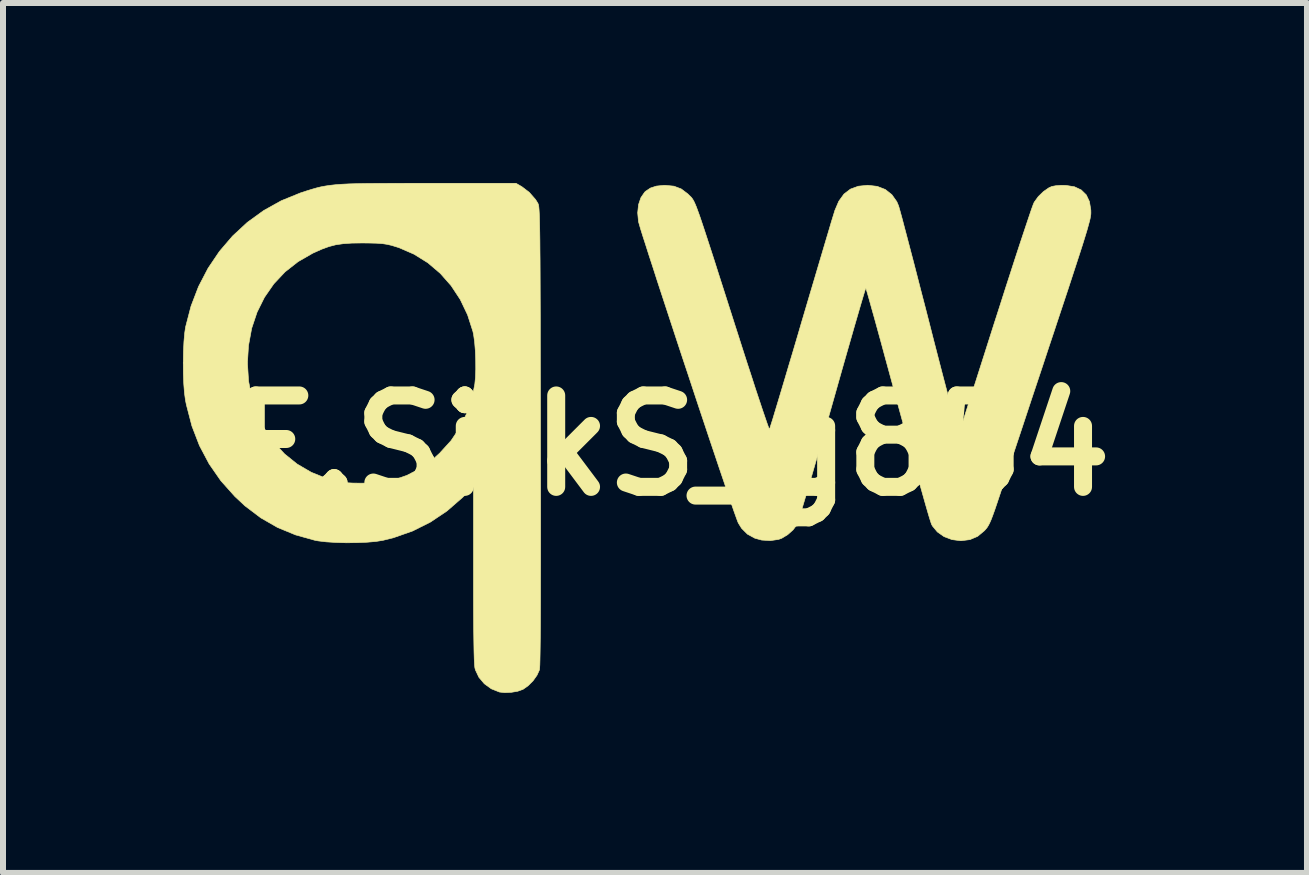
<source format=kicad_pcb>
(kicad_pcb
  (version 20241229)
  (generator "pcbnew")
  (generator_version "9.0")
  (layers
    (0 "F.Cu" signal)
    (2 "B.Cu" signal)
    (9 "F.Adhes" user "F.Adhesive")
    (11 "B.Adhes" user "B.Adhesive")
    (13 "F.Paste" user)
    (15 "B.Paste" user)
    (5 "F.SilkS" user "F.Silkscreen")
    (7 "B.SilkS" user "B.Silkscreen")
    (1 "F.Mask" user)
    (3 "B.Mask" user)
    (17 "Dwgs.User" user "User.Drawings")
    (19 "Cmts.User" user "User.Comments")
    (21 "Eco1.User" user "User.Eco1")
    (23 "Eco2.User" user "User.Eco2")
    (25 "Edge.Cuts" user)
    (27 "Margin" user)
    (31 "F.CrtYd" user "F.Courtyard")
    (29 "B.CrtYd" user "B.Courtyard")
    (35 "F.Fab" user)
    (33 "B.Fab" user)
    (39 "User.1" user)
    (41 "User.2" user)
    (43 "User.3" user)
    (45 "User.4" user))
  (footprint "F.SilkS_g854"
    (layer "F.Cu")
    (at 8.144 4.376)
    (property "Reference" "F.SilkS_g854" (at 0 0 0) (layer "F.SilkS") (effects (font (size 1.524 1.524) (thickness 0.3))))
    (attr through_hole)
    (fp_poly (pts (xy -2.495 -4.314) (xy -2.372 -4.22) (xy -2.267 -4.1) (xy -2.228 -4.037) (xy -2.224 -4.027) (xy -2.219 -4.013) (xy -2.215 -3.994) (xy -2.212 -3.967) (xy -2.209 -3.931) (xy -2.206 -3.883) (xy -2.203 -3.823) (xy -2.201 -3.748) (xy -2.199 -3.656) (xy -2.197 -3.546) (xy -2.195 -3.415) (xy -2.194 -3.262) (xy -2.192 -3.085) (xy -2.191 -2.882) (xy -2.19 -2.652) (xy -2.189 -2.391) (xy -2.188 -2.1) (xy -2.188 -1.775) (xy -2.187 -1.414) (xy -2.186 -1.017) (xy -2.185 -0.581) (xy -2.185 -0.159) (xy -2.184 0.345) (xy -2.183 0.809) (xy -2.183 1.232) (xy -2.183 1.617) (xy -2.183 1.965) (xy -2.184 2.278) (xy -2.184 2.556) (xy -2.185 2.801) (xy -2.186 3.015) (xy -2.188 3.198) (xy -2.19 3.353) (xy -2.192 3.479) (xy -2.194 3.58) (xy -2.196 3.655) (xy -2.199 3.707) (xy -2.202 3.737) (xy -2.203 3.741) (xy -2.243 3.829) (xy -2.309 3.922) (xy -2.391 4.004) (xy -2.476 4.064) (xy -2.479 4.065) (xy -2.565 4.096) (xy -2.673 4.114) (xy -2.782 4.119) (xy -2.87 4.109) (xy -3.005 4.055) (xy -3.121 3.971) (xy -3.212 3.863) (xy -3.27 3.74) (xy -3.279 3.704) (xy -3.284 3.656) (xy -3.289 3.566) (xy -3.293 3.435) (xy -3.296 3.261) (xy -3.299 3.046) (xy -3.301 2.788) (xy -3.302 2.488) (xy -3.302 2.146) (xy -3.302 2.142) (xy -3.302 0.688) (xy -3.487 0.868) (xy -3.745 1.092) (xy -4.021 1.277) (xy -4.317 1.425) (xy -4.633 1.536) (xy -4.809 1.58) (xy -4.927 1.599) (xy -5.076 1.612) (xy -5.244 1.619) (xy -5.421 1.621) (xy -5.595 1.616) (xy -5.755 1.606) (xy -5.89 1.59) (xy -5.944 1.58) (xy -6.267 1.49) (xy -6.568 1.366) (xy -6.848 1.205) (xy -7.111 1.006) (xy -7.281 0.847) (xy -7.513 0.587) (xy -7.708 0.306) (xy -7.869 0.002) (xy -7.995 -0.325) (xy -8.087 -0.678) (xy -8.102 -0.751) (xy -8.119 -0.875) (xy -8.131 -1.028) (xy -8.138 -1.201) (xy -8.139 -1.376) (xy -7.07 -1.376) (xy -7.051 -1.074) (xy -6.996 -0.789) (xy -6.906 -0.523) (xy -6.784 -0.277) (xy -6.632 -0.055) (xy -6.45 0.141) (xy -6.241 0.309) (xy -6.007 0.446) (xy -5.75 0.55) (xy -5.546 0.604) (xy -5.444 0.619) (xy -5.314 0.626) (xy -5.166 0.628) (xy -5.013 0.623) (xy -4.867 0.613) (xy -4.74 0.598) (xy -4.657 0.582) (xy -4.413 0.498) (xy -4.187 0.381) (xy -3.974 0.226) (xy -3.866 0.128) (xy -3.675 -0.082) (xy -3.52 -0.313) (xy -3.4 -0.568) (xy -3.315 -0.846) (xy -3.28 -1.022) (xy -3.269 -1.133) (xy -3.264 -1.271) (xy -3.265 -1.425) (xy -3.271 -1.58) (xy -3.283 -1.726) (xy -3.3 -1.848) (xy -3.311 -1.9) (xy -3.4 -2.177) (xy -3.522 -2.433) (xy -3.675 -2.665) (xy -3.856 -2.87) (xy -4.063 -3.046) (xy -4.293 -3.189) (xy -4.544 -3.298) (xy -4.667 -3.336) (xy -4.74 -3.353) (xy -4.819 -3.365) (xy -4.915 -3.372) (xy -5.035 -3.375) (xy -5.154 -3.376) (xy -5.329 -3.374) (xy -5.473 -3.364) (xy -5.597 -3.346) (xy -5.712 -3.316) (xy -5.83 -3.273) (xy -5.962 -3.214) (xy -5.98 -3.206) (xy -6.225 -3.065) (xy -6.443 -2.894) (xy -6.63 -2.695) (xy -6.786 -2.47) (xy -6.909 -2.223) (xy -6.999 -1.954) (xy -7.052 -1.666) (xy -7.07 -1.376) (xy -8.139 -1.376) (xy -8.139 -1.383) (xy -8.136 -1.564) (xy -8.128 -1.733) (xy -8.115 -1.879) (xy -8.1 -1.978) (xy -8.01 -2.323) (xy -7.885 -2.649) (xy -7.727 -2.953) (xy -7.537 -3.235) (xy -7.318 -3.491) (xy -7.072 -3.719) (xy -6.8 -3.916) (xy -6.506 -4.08) (xy -6.19 -4.209) (xy -6.157 -4.22) (xy -6.071 -4.248) (xy -5.993 -4.272) (xy -5.92 -4.293) (xy -5.847 -4.311) (xy -5.772 -4.325) (xy -5.691 -4.337) (xy -5.6 -4.347) (xy -5.495 -4.355) (xy -5.374 -4.361) (xy -5.232 -4.365) (xy -5.066 -4.368) (xy -4.872 -4.369) (xy -4.647 -4.37) (xy -4.388 -4.371) (xy -4.09 -4.371) (xy -2.593 -4.371) (xy -2.495 -4.314)) (stroke (width 0.01) (type solid)) (fill yes) (layer "F.SilkS"))
    (fp_poly (pts (xy 3.27 -4.338) (xy 3.427 -4.32) (xy 3.562 -4.268) (xy 3.671 -4.182) (xy 3.754 -4.065) (xy 3.783 -3.997) (xy 3.794 -3.96) (xy 3.815 -3.885) (xy 3.845 -3.775) (xy 3.882 -3.634) (xy 3.927 -3.464) (xy 3.978 -3.269) (xy 4.035 -3.052) (xy 4.096 -2.815) (xy 4.161 -2.562) (xy 4.23 -2.297) (xy 4.299 -2.028) (xy 4.368 -1.757) (xy 4.435 -1.498) (xy 4.498 -1.254) (xy 4.557 -1.029) (xy 4.611 -0.824) (xy 4.659 -0.644) (xy 4.701 -0.49) (xy 4.735 -0.365) (xy 4.761 -0.273) (xy 4.779 -0.216) (xy 4.787 -0.197) (xy 4.787 -0.197) (xy 4.795 -0.221) (xy 4.815 -0.281) (xy 4.847 -0.377) (xy 4.888 -0.504) (xy 4.938 -0.661) (xy 4.997 -0.843) (xy 5.063 -1.048) (xy 5.135 -1.274) (xy 5.213 -1.518) (xy 5.295 -1.776) (xy 5.381 -2.046) (xy 5.397 -2.095) (xy 5.485 -2.369) (xy 5.569 -2.632) (xy 5.65 -2.882) (xy 5.726 -3.117) (xy 5.796 -3.331) (xy 5.86 -3.524) (xy 5.916 -3.692) (xy 5.963 -3.832) (xy 6 -3.941) (xy 6.027 -4.015) (xy 6.043 -4.053) (xy 6.044 -4.055) (xy 6.112 -4.149) (xy 6.198 -4.233) (xy 6.289 -4.296) (xy 6.338 -4.318) (xy 6.403 -4.33) (xy 6.491 -4.337) (xy 6.571 -4.336) (xy 6.715 -4.313) (xy 6.828 -4.26) (xy 6.912 -4.178) (xy 6.965 -4.066) (xy 6.988 -3.925) (xy 6.989 -3.881) (xy 6.988 -3.854) (xy 6.983 -3.821) (xy 6.976 -3.78) (xy 6.963 -3.728) (xy 6.945 -3.662) (xy 6.922 -3.58) (xy 6.891 -3.479) (xy 6.853 -3.356) (xy 6.806 -3.21) (xy 6.75 -3.038) (xy 6.684 -2.836) (xy 6.608 -2.603) (xy 6.519 -2.335) (xy 6.418 -2.031) (xy 6.382 -1.921) (xy 6.286 -1.634) (xy 6.19 -1.343) (xy 6.094 -1.055) (xy 6 -0.773) (xy 5.91 -0.501) (xy 5.825 -0.244) (xy 5.746 -0.007) (xy 5.676 0.205) (xy 5.615 0.39) (xy 5.565 0.541) (xy 5.541 0.613) (xy 5.478 0.801) (xy 5.427 0.954) (xy 5.386 1.075) (xy 5.352 1.169) (xy 5.324 1.242) (xy 5.3 1.296) (xy 5.278 1.337) (xy 5.257 1.37) (xy 5.234 1.398) (xy 5.213 1.421) (xy 5.101 1.514) (xy 4.974 1.568) (xy 4.827 1.587) (xy 4.817 1.587) (xy 4.673 1.568) (xy 4.541 1.518) (xy 4.43 1.44) (xy 4.348 1.341) (xy 4.334 1.315) (xy 4.322 1.281) (xy 4.299 1.209) (xy 4.267 1.101) (xy 4.227 0.962) (xy 4.18 0.795) (xy 4.125 0.601) (xy 4.065 0.385) (xy 4 0.149) (xy 3.93 -0.104) (xy 3.858 -0.371) (xy 3.782 -0.648) (xy 3.767 -0.704) (xy 3.693 -0.98) (xy 3.621 -1.245) (xy 3.553 -1.494) (xy 3.49 -1.727) (xy 3.432 -1.938) (xy 3.38 -2.127) (xy 3.334 -2.29) (xy 3.297 -2.423) (xy 3.268 -2.525) (xy 3.248 -2.593) (xy 3.238 -2.623) (xy 3.237 -2.625) (xy 3.23 -2.605) (xy 3.212 -2.547) (xy 3.184 -2.454) (xy 3.147 -2.329) (xy 3.102 -2.174) (xy 3.049 -1.992) (xy 2.99 -1.786) (xy 2.925 -1.56) (xy 2.855 -1.315) (xy 2.781 -1.054) (xy 2.704 -0.781) (xy 2.679 -0.693) (xy 2.6 -0.414) (xy 2.524 -0.146) (xy 2.45 0.11) (xy 2.381 0.349) (xy 2.317 0.569) (xy 2.26 0.766) (xy 2.208 0.939) (xy 2.165 1.083) (xy 2.13 1.196) (xy 2.105 1.275) (xy 2.09 1.317) (xy 2.088 1.322) (xy 2.024 1.407) (xy 1.935 1.486) (xy 1.836 1.546) (xy 1.783 1.565) (xy 1.647 1.585) (xy 1.502 1.576) (xy 1.388 1.545) (xy 1.264 1.477) (xy 1.167 1.38) (xy 1.112 1.291) (xy 1.098 1.257) (xy 1.072 1.185) (xy 1.034 1.079) (xy 0.987 0.943) (xy 0.931 0.778) (xy 0.867 0.588) (xy 0.795 0.376) (xy 0.718 0.146) (xy 0.635 -0.1) (xy 0.549 -0.359) (xy 0.459 -0.628) (xy 0.368 -0.903) (xy 0.276 -1.182) (xy 0.183 -1.461) (xy 0.092 -1.737) (xy 0.003 -2.008) (xy -0.083 -2.27) (xy -0.165 -2.52) (xy -0.242 -2.755) (xy -0.312 -2.973) (xy -0.376 -3.169) (xy -0.431 -3.342) (xy -0.478 -3.487) (xy -0.514 -3.602) (xy -0.538 -3.684) (xy -0.551 -3.73) (xy -0.552 -3.735) (xy -0.565 -3.879) (xy -0.551 -4.015) (xy -0.511 -4.132) (xy -0.449 -4.223) (xy -0.434 -4.237) (xy -0.352 -4.292) (xy -0.254 -4.324) (xy -0.128 -4.337) (xy -0.106 -4.337) (xy 0.039 -4.323) (xy 0.161 -4.277) (xy 0.271 -4.194) (xy 0.279 -4.186) (xy 0.297 -4.168) (xy 0.314 -4.152) (xy 0.329 -4.137) (xy 0.343 -4.119) (xy 0.358 -4.096) (xy 0.374 -4.067) (xy 0.392 -4.028) (xy 0.413 -3.978) (xy 0.437 -3.913) (xy 0.466 -3.833) (xy 0.5 -3.733) (xy 0.54 -3.613) (xy 0.587 -3.47) (xy 0.642 -3.301) (xy 0.706 -3.104) (xy 0.778 -2.877) (xy 0.861 -2.618) (xy 0.955 -2.324) (xy 1.061 -1.992) (xy 1.101 -1.868) (xy 1.181 -1.617) (xy 1.258 -1.378) (xy 1.331 -1.155) (xy 1.397 -0.95) (xy 1.458 -0.767) (xy 1.511 -0.607) (xy 1.556 -0.475) (xy 1.591 -0.373) (xy 1.616 -0.304) (xy 1.629 -0.272) (xy 1.631 -0.27) (xy 1.639 -0.292) (xy 1.658 -0.352) (xy 1.688 -0.446) (xy 1.726 -0.573) (xy 1.773 -0.728) (xy 1.827 -0.908) (xy 1.888 -1.112) (xy 1.954 -1.335) (xy 2.026 -1.575) (xy 2.101 -1.829) (xy 2.157 -2.021) (xy 2.236 -2.288) (xy 2.312 -2.545) (xy 2.385 -2.79) (xy 2.453 -3.02) (xy 2.516 -3.232) (xy 2.572 -3.421) (xy 2.621 -3.585) (xy 2.661 -3.721) (xy 2.693 -3.825) (xy 2.714 -3.893) (xy 2.721 -3.917) (xy 2.787 -4.072) (xy 2.873 -4.191) (xy 2.981 -4.274) (xy 3.112 -4.322) (xy 3.268 -4.338) (xy 3.27 -4.338)) (stroke (width 0.01) (type solid)) (fill yes) (layer "F.SilkS")))
  (gr_rect
    (start -3 -3)
    (end 18.735 11.5)
    (stroke (width 0.1) (type default))
    (fill no)
    (layer "Edge.Cuts")))
</source>
